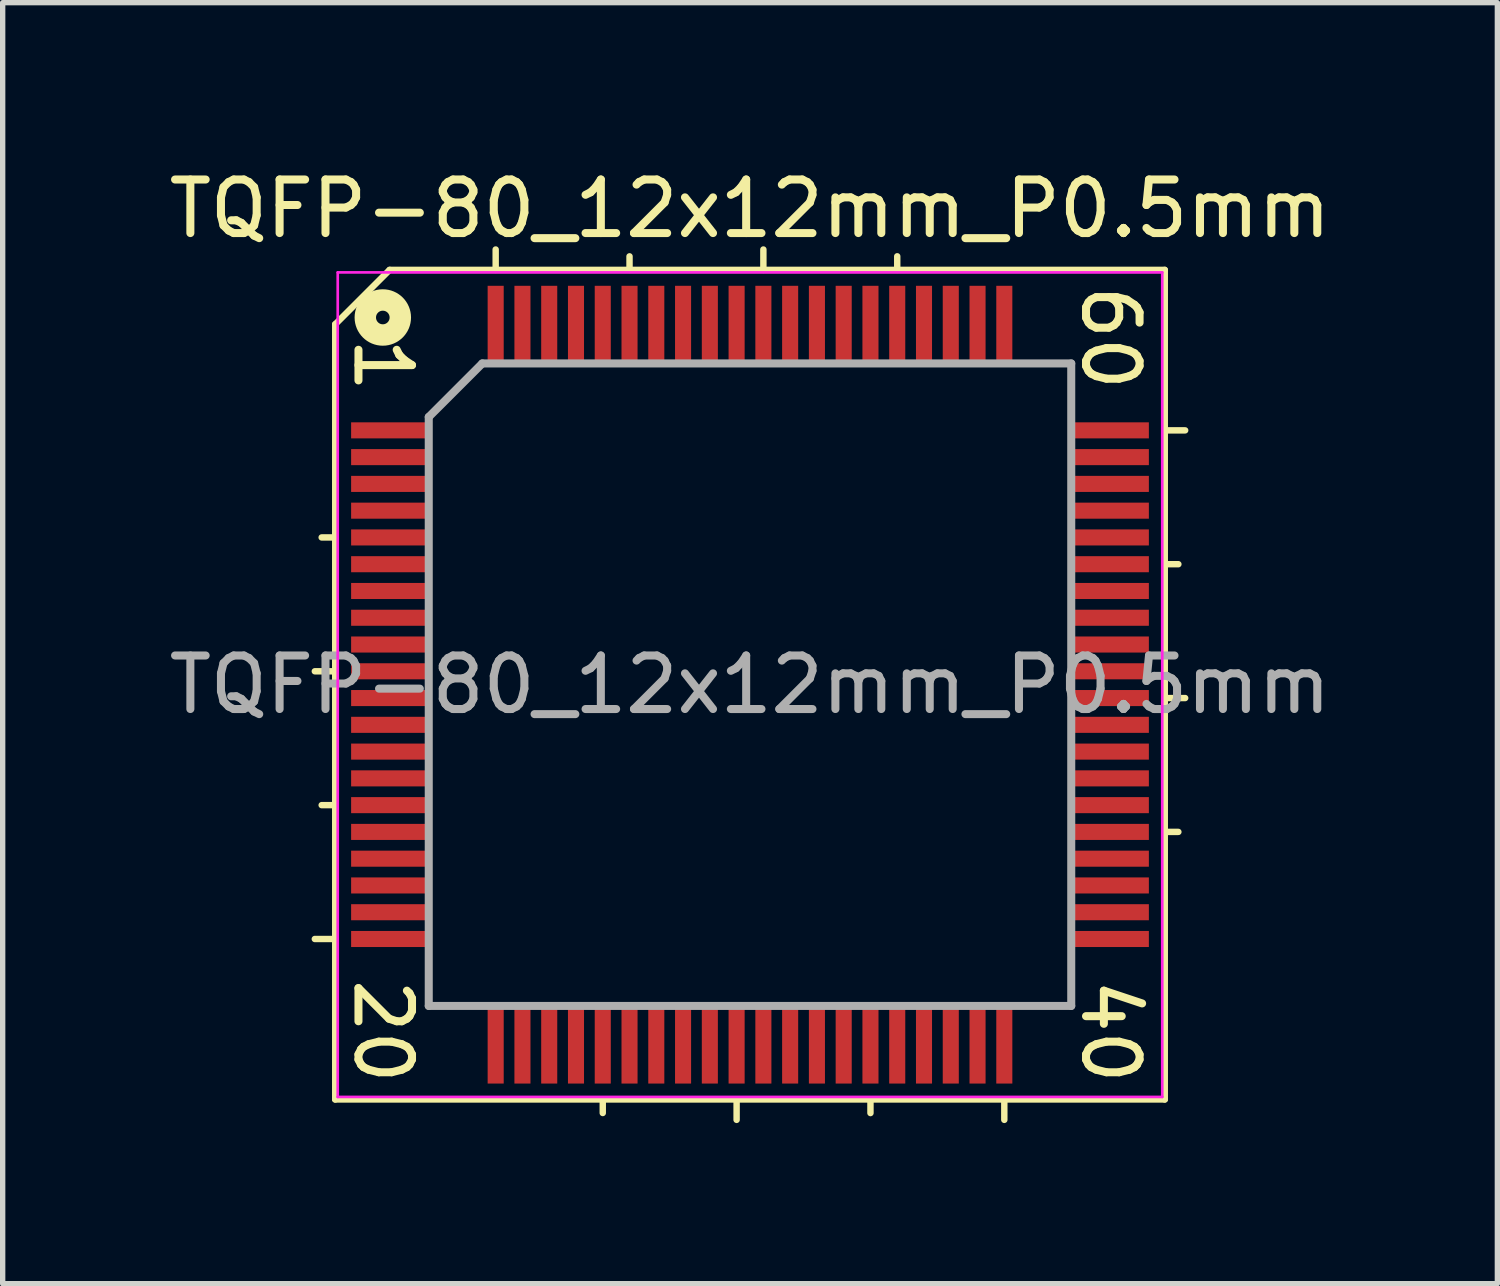
<source format=kicad_pcb>
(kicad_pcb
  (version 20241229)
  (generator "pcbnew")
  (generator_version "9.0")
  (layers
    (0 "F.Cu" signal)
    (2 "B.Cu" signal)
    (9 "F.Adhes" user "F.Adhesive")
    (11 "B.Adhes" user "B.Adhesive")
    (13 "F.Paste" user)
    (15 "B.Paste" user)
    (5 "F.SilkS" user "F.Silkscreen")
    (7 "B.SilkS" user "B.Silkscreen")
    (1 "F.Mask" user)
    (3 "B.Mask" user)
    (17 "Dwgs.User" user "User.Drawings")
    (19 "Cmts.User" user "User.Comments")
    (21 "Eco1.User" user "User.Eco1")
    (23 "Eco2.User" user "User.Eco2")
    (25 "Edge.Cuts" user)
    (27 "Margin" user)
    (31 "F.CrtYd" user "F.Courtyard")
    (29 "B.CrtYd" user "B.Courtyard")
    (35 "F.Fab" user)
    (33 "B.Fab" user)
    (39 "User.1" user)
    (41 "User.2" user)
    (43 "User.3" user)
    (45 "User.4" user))
  (footprint "TQFP-80_12x12mm_P0.5mm"
    (layer "F.Cu")
    (at 10.958 9.738)
    (property "Reference" "TQFP-80_12x12mm_P0.5mm" (at 0 -8.89 0) (layer "F.SilkS") (effects (font (size 1 1) (thickness 0.15))))
    (attr smd)
    (fp_line (start -8.128 -0.25) (end -7.747 -0.25) (stroke (width 0.12) (type solid)) (layer "F.SilkS"))
    (fp_line (start -8.128 4.75) (end -7.747 4.75) (stroke (width 0.12) (type solid)) (layer "F.SilkS"))
    (fp_line (start -8 2.25) (end -7.747 2.25) (stroke (width 0.12) (type solid)) (layer "F.SilkS"))
    (fp_line (start -7.747 -6.731) (end -7.747 7.747) (stroke (width 0.12) (type solid)) (layer "F.SilkS"))
    (fp_line (start -7.747 -2.75) (end -8 -2.75) (stroke (width 0.12) (type solid)) (layer "F.SilkS"))
    (fp_line (start -7.747 7.747) (end 7.747 7.747) (stroke (width 0.12) (type solid)) (layer "F.SilkS"))
    (fp_line (start -6.731 -7.747) (end -7.747 -6.731) (stroke (width 0.12) (type solid)) (layer "F.SilkS"))
    (fp_line (start -4.75 -7.747) (end -4.75 -8.128) (stroke (width 0.12) (type solid)) (layer "F.SilkS"))
    (fp_line (start -2.75 8) (end -2.75 7.747) (stroke (width 0.12) (type solid)) (layer "F.SilkS"))
    (fp_line (start -2.25 -7.747) (end -2.25 -8) (stroke (width 0.12) (type solid)) (layer "F.SilkS"))
    (fp_line (start -0.25 8.128) (end -0.25 7.747) (stroke (width 0.12) (type solid)) (layer "F.SilkS"))
    (fp_line (start 0.25 -7.747) (end 0.25 -8.128) (stroke (width 0.12) (type solid)) (layer "F.SilkS"))
    (fp_line (start 2.25 8.001) (end 2.25 7.747) (stroke (width 0.12) (type solid)) (layer "F.SilkS"))
    (fp_line (start 2.75 -7.747) (end 2.75 -8.001) (stroke (width 0.12) (type solid)) (layer "F.SilkS"))
    (fp_line (start 4.75 8.128) (end 4.75 7.747) (stroke (width 0.12) (type solid)) (layer "F.SilkS"))
    (fp_line (start 7.747 -7.747) (end -6.731 -7.747) (stroke (width 0.12) (type solid)) (layer "F.SilkS"))
    (fp_line (start 7.747 -4.75) (end 8.128 -4.75) (stroke (width 0.12) (type solid)) (layer "F.SilkS"))
    (fp_line (start 7.747 -2.25) (end 8.001 -2.25) (stroke (width 0.12) (type solid)) (layer "F.SilkS"))
    (fp_line (start 7.747 0.25) (end 8.128 0.25) (stroke (width 0.12) (type solid)) (layer "F.SilkS"))
    (fp_line (start 7.747 7.747) (end 7.747 -7.747) (stroke (width 0.12) (type solid)) (layer "F.SilkS"))
    (fp_line (start 7.748 2.75) (end 8.001 2.75) (stroke (width 0.12) (type solid)) (layer "F.SilkS"))
    (fp_circle (center -6.858 -6.858) (end -6.731 -6.858) (stroke (width 0.4) (type solid)) (fill no) (layer "F.SilkS"))
    (fp_line (start -7.7 -7.7) (end -7.7 7.7) (stroke (width 0.05) (type solid)) (layer "F.CrtYd"))
    (fp_line (start -7.7 -7.7) (end 7.7 -7.7) (stroke (width 0.05) (type solid)) (layer "F.CrtYd"))
    (fp_line (start -7.7 7.7) (end 7.7 7.7) (stroke (width 0.05) (type solid)) (layer "F.CrtYd"))
    (fp_line (start 7.7 -7.7) (end 7.7 7.7) (stroke (width 0.05) (type solid)) (layer "F.CrtYd"))
    (fp_line (start -6 -5) (end -5 -6) (stroke (width 0.15) (type solid)) (layer "F.Fab"))
    (fp_line (start -6 6) (end -6 -5) (stroke (width 0.15) (type solid)) (layer "F.Fab"))
    (fp_line (start -5 -6) (end 6 -6) (stroke (width 0.15) (type solid)) (layer "F.Fab"))
    (fp_line (start 6 -6) (end 6 6) (stroke (width 0.15) (type solid)) (layer "F.Fab"))
    (fp_line (start 6 6) (end -6 6) (stroke (width 0.15) (type solid)) (layer "F.Fab"))
    (fp_text user "20" (at -6.858 6.477 270) (unlocked yes) (layer "F.SilkS") (effects (font (size 1 1) (thickness 0.15))))
    (fp_text user "60" (at 6.731 -6.477 270) (unlocked yes) (layer "F.SilkS") (effects (font (size 1 1) (thickness 0.15))))
    (fp_text user "40" (at 6.731 6.477 270) (unlocked yes) (layer "F.SilkS") (effects (font (size 1 1) (thickness 0.15))))
    (fp_text user "1" (at -6.858 -5.969 270) (unlocked yes) (layer "F.SilkS") (effects (font (size 1 1) (thickness 0.15))))
    (fp_text user "${REFERENCE}" (at 0 0 0) (layer "F.Fab") (effects (font (size 1 1) (thickness 0.15))))
    (pad "1" smd rect (at -6.7 -4.75) (size 1.5 0.3) (layers "F.Cu" "F.Mask" "F.Paste"))
    (pad "2" smd rect (at -6.7 -4.25) (size 1.5 0.3) (layers "F.Cu" "F.Mask" "F.Paste"))
    (pad "3" smd rect (at -6.7 -3.75) (size 1.5 0.3) (layers "F.Cu" "F.Mask" "F.Paste"))
    (pad "4" smd rect (at -6.7 -3.25) (size 1.5 0.3) (layers "F.Cu" "F.Mask" "F.Paste"))
    (pad "5" smd rect (at -6.7 -2.75) (size 1.5 0.3) (layers "F.Cu" "F.Mask" "F.Paste"))
    (pad "6" smd rect (at -6.7 -2.25) (size 1.5 0.3) (layers "F.Cu" "F.Mask" "F.Paste"))
    (pad "7" smd rect (at -6.7 -1.75) (size 1.5 0.3) (layers "F.Cu" "F.Mask" "F.Paste"))
    (pad "8" smd rect (at -6.7 -1.25) (size 1.5 0.3) (layers "F.Cu" "F.Mask" "F.Paste"))
    (pad "9" smd rect (at -6.7 -0.75) (size 1.5 0.3) (layers "F.Cu" "F.Mask" "F.Paste"))
    (pad "10" smd rect (at -6.7 -0.25) (size 1.5 0.3) (layers "F.Cu" "F.Mask" "F.Paste"))
    (pad "11" smd rect (at -6.7 0.25) (size 1.5 0.3) (layers "F.Cu" "F.Mask" "F.Paste"))
    (pad "12" smd rect (at -6.7 0.75) (size 1.5 0.3) (layers "F.Cu" "F.Mask" "F.Paste"))
    (pad "13" smd rect (at -6.7 1.25) (size 1.5 0.3) (layers "F.Cu" "F.Mask" "F.Paste"))
    (pad "14" smd rect (at -6.7 1.75) (size 1.5 0.3) (layers "F.Cu" "F.Mask" "F.Paste"))
    (pad "15" smd rect (at -6.7 2.25) (size 1.5 0.3) (layers "F.Cu" "F.Mask" "F.Paste"))
    (pad "16" smd rect (at -6.7 2.75) (size 1.5 0.3) (layers "F.Cu" "F.Mask" "F.Paste"))
    (pad "17" smd rect (at -6.7 3.25) (size 1.5 0.3) (layers "F.Cu" "F.Mask" "F.Paste"))
    (pad "18" smd rect (at -6.7 3.75) (size 1.5 0.3) (layers "F.Cu" "F.Mask" "F.Paste"))
    (pad "19" smd rect (at -6.7 4.25) (size 1.5 0.3) (layers "F.Cu" "F.Mask" "F.Paste"))
    (pad "20" smd rect (at -6.7 4.75) (size 1.5 0.3) (layers "F.Cu" "F.Mask" "F.Paste"))
    (pad "21" smd rect (at -4.75 6.7 90) (size 1.5 0.3) (layers "F.Cu" "F.Mask" "F.Paste"))
    (pad "22" smd rect (at -4.25 6.7 90) (size 1.5 0.3) (layers "F.Cu" "F.Mask" "F.Paste"))
    (pad "23" smd rect (at -3.75 6.7 90) (size 1.5 0.3) (layers "F.Cu" "F.Mask" "F.Paste"))
    (pad "24" smd rect (at -3.25 6.7 90) (size 1.5 0.3) (layers "F.Cu" "F.Mask" "F.Paste"))
    (pad "25" smd rect (at -2.75 6.7 90) (size 1.5 0.3) (layers "F.Cu" "F.Mask" "F.Paste"))
    (pad "26" smd rect (at -2.25 6.7 90) (size 1.5 0.3) (layers "F.Cu" "F.Mask" "F.Paste"))
    (pad "27" smd rect (at -1.75 6.7 90) (size 1.5 0.3) (layers "F.Cu" "F.Mask" "F.Paste"))
    (pad "28" smd rect (at -1.25 6.7 90) (size 1.5 0.3) (layers "F.Cu" "F.Mask" "F.Paste"))
    (pad "29" smd rect (at -0.75 6.7 90) (size 1.5 0.3) (layers "F.Cu" "F.Mask" "F.Paste"))
    (pad "30" smd rect (at -0.25 6.7 90) (size 1.5 0.3) (layers "F.Cu" "F.Mask" "F.Paste"))
    (pad "31" smd rect (at 0.25 6.7 90) (size 1.5 0.3) (layers "F.Cu" "F.Mask" "F.Paste"))
    (pad "32" smd rect (at 0.75 6.7 90) (size 1.5 0.3) (layers "F.Cu" "F.Mask" "F.Paste"))
    (pad "33" smd rect (at 1.25 6.7 90) (size 1.5 0.3) (layers "F.Cu" "F.Mask" "F.Paste"))
    (pad "34" smd rect (at 1.75 6.7 90) (size 1.5 0.3) (layers "F.Cu" "F.Mask" "F.Paste"))
    (pad "35" smd rect (at 2.25 6.7 90) (size 1.5 0.3) (layers "F.Cu" "F.Mask" "F.Paste"))
    (pad "36" smd rect (at 2.75 6.7 90) (size 1.5 0.3) (layers "F.Cu" "F.Mask" "F.Paste"))
    (pad "37" smd rect (at 3.25 6.7 90) (size 1.5 0.3) (layers "F.Cu" "F.Mask" "F.Paste"))
    (pad "38" smd rect (at 3.75 6.7 90) (size 1.5 0.3) (layers "F.Cu" "F.Mask" "F.Paste"))
    (pad "39" smd rect (at 4.25 6.7 90) (size 1.5 0.3) (layers "F.Cu" "F.Mask" "F.Paste"))
    (pad "40" smd rect (at 4.75 6.7 90) (size 1.5 0.3) (layers "F.Cu" "F.Mask" "F.Paste"))
    (pad "41" smd rect (at 6.7 4.75) (size 1.5 0.3) (layers "F.Cu" "F.Mask" "F.Paste"))
    (pad "42" smd rect (at 6.7 4.25) (size 1.5 0.3) (layers "F.Cu" "F.Mask" "F.Paste"))
    (pad "43" smd rect (at 6.7 3.75) (size 1.5 0.3) (layers "F.Cu" "F.Mask" "F.Paste"))
    (pad "44" smd rect (at 6.7 3.25) (size 1.5 0.3) (layers "F.Cu" "F.Mask" "F.Paste"))
    (pad "45" smd rect (at 6.7 2.75) (size 1.5 0.3) (layers "F.Cu" "F.Mask" "F.Paste"))
    (pad "46" smd rect (at 6.7 2.25) (size 1.5 0.3) (layers "F.Cu" "F.Mask" "F.Paste"))
    (pad "47" smd rect (at 6.7 1.75) (size 1.5 0.3) (layers "F.Cu" "F.Mask" "F.Paste"))
    (pad "48" smd rect (at 6.7 1.25) (size 1.5 0.3) (layers "F.Cu" "F.Mask" "F.Paste"))
    (pad "49" smd rect (at 6.7 0.75) (size 1.5 0.3) (layers "F.Cu" "F.Mask" "F.Paste"))
    (pad "50" smd rect (at 6.7 0.25) (size 1.5 0.3) (layers "F.Cu" "F.Mask" "F.Paste"))
    (pad "51" smd rect (at 6.7 -0.25) (size 1.5 0.3) (layers "F.Cu" "F.Mask" "F.Paste"))
    (pad "52" smd rect (at 6.7 -0.75) (size 1.5 0.3) (layers "F.Cu" "F.Mask" "F.Paste"))
    (pad "53" smd rect (at 6.7 -1.25) (size 1.5 0.3) (layers "F.Cu" "F.Mask" "F.Paste"))
    (pad "54" smd rect (at 6.7 -1.75) (size 1.5 0.3) (layers "F.Cu" "F.Mask" "F.Paste"))
    (pad "55" smd rect (at 6.7 -2.25) (size 1.5 0.3) (layers "F.Cu" "F.Mask" "F.Paste"))
    (pad "56" smd rect (at 6.7 -2.75) (size 1.5 0.3) (layers "F.Cu" "F.Mask" "F.Paste"))
    (pad "57" smd rect (at 6.7 -3.25) (size 1.5 0.3) (layers "F.Cu" "F.Mask" "F.Paste"))
    (pad "58" smd rect (at 6.7 -3.75) (size 1.5 0.3) (layers "F.Cu" "F.Mask" "F.Paste"))
    (pad "59" smd rect (at 6.7 -4.25) (size 1.5 0.3) (layers "F.Cu" "F.Mask" "F.Paste"))
    (pad "60" smd rect (at 6.7 -4.75) (size 1.5 0.3) (layers "F.Cu" "F.Mask" "F.Paste"))
    (pad "61" smd rect (at 4.75 -6.7 90) (size 1.5 0.3) (layers "F.Cu" "F.Mask" "F.Paste"))
    (pad "62" smd rect (at 4.25 -6.7 90) (size 1.5 0.3) (layers "F.Cu" "F.Mask" "F.Paste"))
    (pad "63" smd rect (at 3.75 -6.7 90) (size 1.5 0.3) (layers "F.Cu" "F.Mask" "F.Paste"))
    (pad "64" smd rect (at 3.25 -6.7 90) (size 1.5 0.3) (layers "F.Cu" "F.Mask" "F.Paste"))
    (pad "65" smd rect (at 2.75 -6.7 90) (size 1.5 0.3) (layers "F.Cu" "F.Mask" "F.Paste"))
    (pad "66" smd rect (at 2.25 -6.7 90) (size 1.5 0.3) (layers "F.Cu" "F.Mask" "F.Paste"))
    (pad "67" smd rect (at 1.75 -6.7 90) (size 1.5 0.3) (layers "F.Cu" "F.Mask" "F.Paste"))
    (pad "68" smd rect (at 1.25 -6.7 90) (size 1.5 0.3) (layers "F.Cu" "F.Mask" "F.Paste"))
    (pad "69" smd rect (at 0.75 -6.7 90) (size 1.5 0.3) (layers "F.Cu" "F.Mask" "F.Paste"))
    (pad "70" smd rect (at 0.25 -6.7 90) (size 1.5 0.3) (layers "F.Cu" "F.Mask" "F.Paste"))
    (pad "71" smd rect (at -0.25 -6.7 90) (size 1.5 0.3) (layers "F.Cu" "F.Mask" "F.Paste"))
    (pad "72" smd rect (at -0.75 -6.7 90) (size 1.5 0.3) (layers "F.Cu" "F.Mask" "F.Paste"))
    (pad "73" smd rect (at -1.25 -6.7 90) (size 1.5 0.3) (layers "F.Cu" "F.Mask" "F.Paste"))
    (pad "74" smd rect (at -1.75 -6.7 90) (size 1.5 0.3) (layers "F.Cu" "F.Mask" "F.Paste"))
    (pad "75" smd rect (at -2.25 -6.7 90) (size 1.5 0.3) (layers "F.Cu" "F.Mask" "F.Paste"))
    (pad "76" smd rect (at -2.75 -6.7 90) (size 1.5 0.3) (layers "F.Cu" "F.Mask" "F.Paste"))
    (pad "77" smd rect (at -3.25 -6.7 90) (size 1.5 0.3) (layers "F.Cu" "F.Mask" "F.Paste"))
    (pad "78" smd rect (at -3.75 -6.7 90) (size 1.5 0.3) (layers "F.Cu" "F.Mask" "F.Paste"))
    (pad "79" smd rect (at -4.25 -6.7 90) (size 1.5 0.3) (layers "F.Cu" "F.Mask" "F.Paste"))
    (pad "80" smd rect (at -4.75 -6.7 90) (size 1.5 0.3) (layers "F.Cu" "F.Mask" "F.Paste")))
  (gr_rect
    (start -3 -3)
    (end 24.917 20.926)
    (stroke (width 0.1) (type default))
    (fill no)
    (layer "Edge.Cuts")))
</source>
